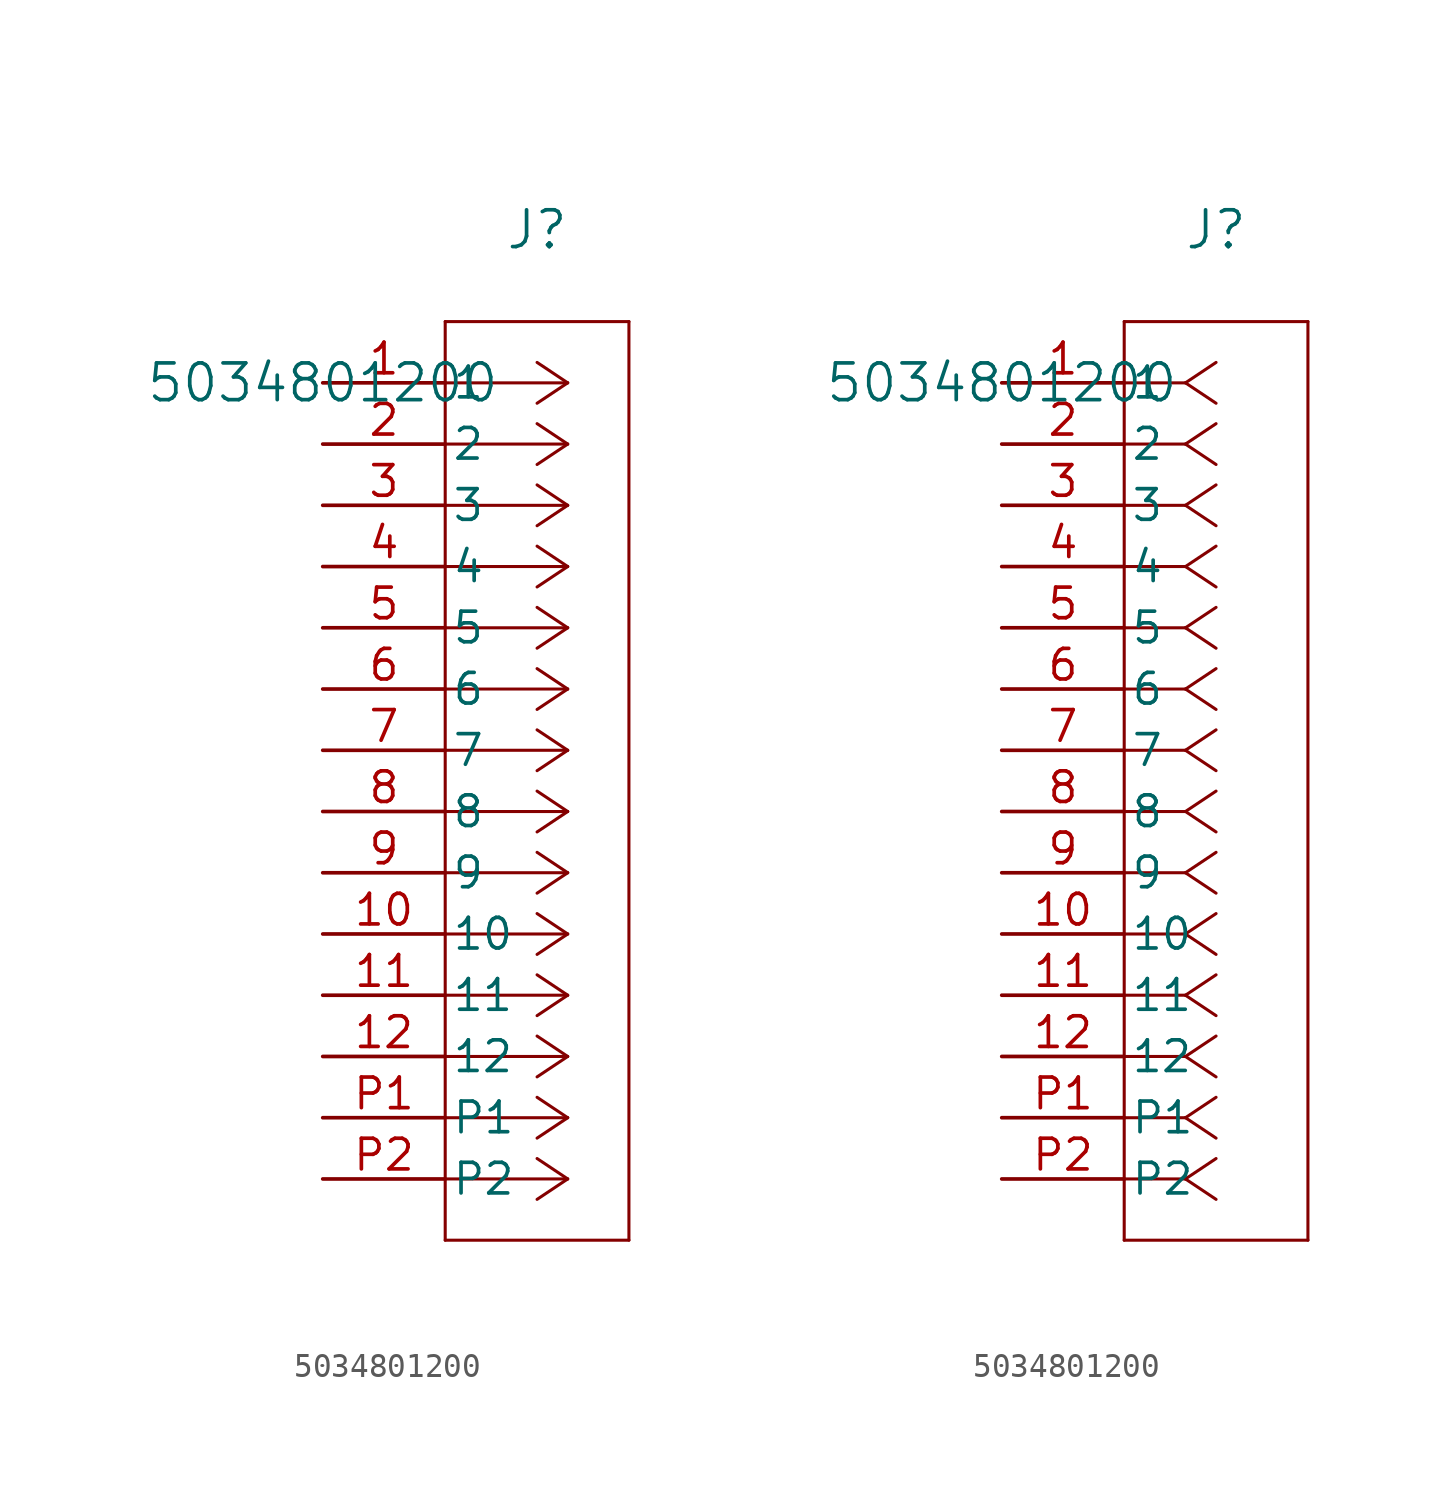
<source format=kicad_sym>
(kicad_symbol_lib
  (version 20211014)
  (generator kicad_symbol_editor)
  (symbol "5034801200"
    (pin_names
      (offset 0.254))
    (property "Reference" "J"
      (at 8.89 6.35 0)
      (effects (font (size 1.524 1.524))))
    (property "Value" "5034801200"
      (at 0 0 0)
      (effects (font (size 1.524 1.524))))
    (symbol "5034801200_1_1"
      (polyline (pts (xy 10.16 0) (xy 5.08 0)) (stroke (width 0.127) (type default) (color 0 0 0 0)) (fill (type none)))
      (polyline (pts (xy 10.16 -2.54) (xy 5.08 -2.54)) (stroke (width 0.127) (type default) (color 0 0 0 0)) (fill (type none)))
      (polyline (pts (xy 10.16 -5.08) (xy 5.08 -5.08)) (stroke (width 0.127) (type default) (color 0 0 0 0)) (fill (type none)))
      (polyline (pts (xy 10.16 -7.62) (xy 5.08 -7.62)) (stroke (width 0.127) (type default) (color 0 0 0 0)) (fill (type none)))
      (polyline (pts (xy 10.16 -10.16) (xy 5.08 -10.16)) (stroke (width 0.127) (type default) (color 0 0 0 0)) (fill (type none)))
      (polyline (pts (xy 10.16 -12.7) (xy 5.08 -12.7)) (stroke (width 0.127) (type default) (color 0 0 0 0)) (fill (type none)))
      (polyline (pts (xy 10.16 -15.24) (xy 5.08 -15.24)) (stroke (width 0.127) (type default) (color 0 0 0 0)) (fill (type none)))
      (polyline (pts (xy 10.16 -17.78) (xy 5.08 -17.78)) (stroke (width 0.127) (type default) (color 0 0 0 0)) (fill (type none)))
      (polyline (pts (xy 10.16 -20.32) (xy 5.08 -20.32)) (stroke (width 0.127) (type default) (color 0 0 0 0)) (fill (type none)))
      (polyline (pts (xy 10.16 -22.86) (xy 5.08 -22.86)) (stroke (width 0.127) (type default) (color 0 0 0 0)) (fill (type none)))
      (polyline (pts (xy 10.16 -25.4) (xy 5.08 -25.4)) (stroke (width 0.127) (type default) (color 0 0 0 0)) (fill (type none)))
      (polyline (pts (xy 10.16 -27.94) (xy 5.08 -27.94)) (stroke (width 0.127) (type default) (color 0 0 0 0)) (fill (type none)))
      (polyline (pts (xy 10.16 -30.48) (xy 5.08 -30.48)) (stroke (width 0.127) (type default) (color 0 0 0 0)) (fill (type none)))
      (polyline (pts (xy 10.16 -33.02) (xy 5.08 -33.02)) (stroke (width 0.127) (type default) (color 0 0 0 0)) (fill (type none)))
      (polyline (pts (xy 10.16 0) (xy 8.89 0.847)) (stroke (width 0.127) (type default) (color 0 0 0 0)) (fill (type none)))
      (polyline (pts (xy 10.16 -2.54) (xy 8.89 -1.693)) (stroke (width 0.127) (type default) (color 0 0 0 0)) (fill (type none)))
      (polyline (pts (xy 10.16 -5.08) (xy 8.89 -4.233)) (stroke (width 0.127) (type default) (color 0 0 0 0)) (fill (type none)))
      (polyline (pts (xy 10.16 -7.62) (xy 8.89 -6.773)) (stroke (width 0.127) (type default) (color 0 0 0 0)) (fill (type none)))
      (polyline (pts (xy 10.16 -10.16) (xy 8.89 -9.313)) (stroke (width 0.127) (type default) (color 0 0 0 0)) (fill (type none)))
      (polyline (pts (xy 10.16 -12.7) (xy 8.89 -11.853)) (stroke (width 0.127) (type default) (color 0 0 0 0)) (fill (type none)))
      (polyline (pts (xy 10.16 -15.24) (xy 8.89 -14.393)) (stroke (width 0.127) (type default) (color 0 0 0 0)) (fill (type none)))
      (polyline (pts (xy 10.16 -17.78) (xy 8.89 -16.933)) (stroke (width 0.127) (type default) (color 0 0 0 0)) (fill (type none)))
      (polyline (pts (xy 10.16 -20.32) (xy 8.89 -19.473)) (stroke (width 0.127) (type default) (color 0 0 0 0)) (fill (type none)))
      (polyline (pts (xy 10.16 -22.86) (xy 8.89 -22.013)) (stroke (width 0.127) (type default) (color 0 0 0 0)) (fill (type none)))
      (polyline (pts (xy 10.16 -25.4) (xy 8.89 -24.553)) (stroke (width 0.127) (type default) (color 0 0 0 0)) (fill (type none)))
      (polyline (pts (xy 10.16 -27.94) (xy 8.89 -27.093)) (stroke (width 0.127) (type default) (color 0 0 0 0)) (fill (type none)))
      (polyline (pts (xy 10.16 -30.48) (xy 8.89 -29.633)) (stroke (width 0.127) (type default) (color 0 0 0 0)) (fill (type none)))
      (polyline (pts (xy 10.16 -33.02) (xy 8.89 -32.173)) (stroke (width 0.127) (type default) (color 0 0 0 0)) (fill (type none)))
      (polyline (pts (xy 10.16 0) (xy 8.89 -0.847)) (stroke (width 0.127) (type default) (color 0 0 0 0)) (fill (type none)))
      (polyline (pts (xy 10.16 -2.54) (xy 8.89 -3.387)) (stroke (width 0.127) (type default) (color 0 0 0 0)) (fill (type none)))
      (polyline (pts (xy 10.16 -5.08) (xy 8.89 -5.927)) (stroke (width 0.127) (type default) (color 0 0 0 0)) (fill (type none)))
      (polyline (pts (xy 10.16 -7.62) (xy 8.89 -8.467)) (stroke (width 0.127) (type default) (color 0 0 0 0)) (fill (type none)))
      (polyline (pts (xy 10.16 -10.16) (xy 8.89 -11.007)) (stroke (width 0.127) (type default) (color 0 0 0 0)) (fill (type none)))
      (polyline (pts (xy 10.16 -12.7) (xy 8.89 -13.547)) (stroke (width 0.127) (type default) (color 0 0 0 0)) (fill (type none)))
      (polyline (pts (xy 10.16 -15.24) (xy 8.89 -16.087)) (stroke (width 0.127) (type default) (color 0 0 0 0)) (fill (type none)))
      (polyline (pts (xy 10.16 -17.78) (xy 8.89 -18.627)) (stroke (width 0.127) (type default) (color 0 0 0 0)) (fill (type none)))
      (polyline (pts (xy 10.16 -20.32) (xy 8.89 -21.167)) (stroke (width 0.127) (type default) (color 0 0 0 0)) (fill (type none)))
      (polyline (pts (xy 10.16 -22.86) (xy 8.89 -23.707)) (stroke (width 0.127) (type default) (color 0 0 0 0)) (fill (type none)))
      (polyline (pts (xy 10.16 -25.4) (xy 8.89 -26.247)) (stroke (width 0.127) (type default) (color 0 0 0 0)) (fill (type none)))
      (polyline (pts (xy 10.16 -27.94) (xy 8.89 -28.787)) (stroke (width 0.127) (type default) (color 0 0 0 0)) (fill (type none)))
      (polyline (pts (xy 10.16 -30.48) (xy 8.89 -31.327)) (stroke (width 0.127) (type default) (color 0 0 0 0)) (fill (type none)))
      (polyline (pts (xy 10.16 -33.02) (xy 8.89 -33.867)) (stroke (width 0.127) (type default) (color 0 0 0 0)) (fill (type none)))
      (polyline (pts (xy 5.08 2.54) (xy 5.08 -35.56)) (stroke (width 0.127) (type default) (color 0 0 0 0)) (fill (type none)))
      (polyline (pts (xy 5.08 -35.56) (xy 12.7 -35.56)) (stroke (width 0.127) (type default) (color 0 0 0 0)) (fill (type none)))
      (polyline (pts (xy 12.7 -35.56) (xy 12.7 2.54)) (stroke (width 0.127) (type default) (color 0 0 0 0)) (fill (type none)))
      (polyline (pts (xy 12.7 2.54) (xy 5.08 2.54)) (stroke (width 0.127) (type default) (color 0 0 0 0)) (fill (type none)))
      (pin unspecified line (at 0 0 0) (length 5.08) (name "1" (effects (font (size 1.27 1.27)))) (number "1" (effects (font (size 1.27 1.27)))))
      (pin unspecified line (at 0 -2.54 0) (length 5.08) (name "2" (effects (font (size 1.27 1.27)))) (number "2" (effects (font (size 1.27 1.27)))))
      (pin unspecified line (at 0 -5.08 0) (length 5.08) (name "3" (effects (font (size 1.27 1.27)))) (number "3" (effects (font (size 1.27 1.27)))))
      (pin unspecified line (at 0 -7.62 0) (length 5.08) (name "4" (effects (font (size 1.27 1.27)))) (number "4" (effects (font (size 1.27 1.27)))))
      (pin unspecified line (at 0 -10.16 0) (length 5.08) (name "5" (effects (font (size 1.27 1.27)))) (number "5" (effects (font (size 1.27 1.27)))))
      (pin unspecified line (at 0 -12.7 0) (length 5.08) (name "6" (effects (font (size 1.27 1.27)))) (number "6" (effects (font (size 1.27 1.27)))))
      (pin unspecified line (at 0 -15.24 0) (length 5.08) (name "7" (effects (font (size 1.27 1.27)))) (number "7" (effects (font (size 1.27 1.27)))))
      (pin unspecified line (at 0 -17.78 0) (length 5.08) (name "8" (effects (font (size 1.27 1.27)))) (number "8" (effects (font (size 1.27 1.27)))))
      (pin unspecified line (at 0 -20.32 0) (length 5.08) (name "9" (effects (font (size 1.27 1.27)))) (number "9" (effects (font (size 1.27 1.27)))))
      (pin unspecified line (at 0 -22.86 0) (length 5.08) (name "10" (effects (font (size 1.27 1.27)))) (number "10" (effects (font (size 1.27 1.27)))))
      (pin unspecified line (at 0 -25.4 0) (length 5.08) (name "11" (effects (font (size 1.27 1.27)))) (number "11" (effects (font (size 1.27 1.27)))))
      (pin unspecified line (at 0 -27.94 0) (length 5.08) (name "12" (effects (font (size 1.27 1.27)))) (number "12" (effects (font (size 1.27 1.27)))))
      (pin unspecified line (at 0 -30.48 0) (length 5.08) (name "P1" (effects (font (size 1.27 1.27)))) (number "P1" (effects (font (size 1.27 1.27)))))
      (pin unspecified line (at 0 -33.02 0) (length 5.08) (name "P2" (effects (font (size 1.27 1.27)))) (number "P2" (effects (font (size 1.27 1.27))))))
    (symbol "5034801200_1_2"
      (polyline (pts (xy 7.62 0) (xy 5.08 0)) (stroke (width 0.127) (type default) (color 0 0 0 0)) (fill (type none)))
      (polyline (pts (xy 7.62 -2.54) (xy 5.08 -2.54)) (stroke (width 0.127) (type default) (color 0 0 0 0)) (fill (type none)))
      (polyline (pts (xy 7.62 -5.08) (xy 5.08 -5.08)) (stroke (width 0.127) (type default) (color 0 0 0 0)) (fill (type none)))
      (polyline (pts (xy 7.62 -7.62) (xy 5.08 -7.62)) (stroke (width 0.127) (type default) (color 0 0 0 0)) (fill (type none)))
      (polyline (pts (xy 7.62 -10.16) (xy 5.08 -10.16)) (stroke (width 0.127) (type default) (color 0 0 0 0)) (fill (type none)))
      (polyline (pts (xy 7.62 -12.7) (xy 5.08 -12.7)) (stroke (width 0.127) (type default) (color 0 0 0 0)) (fill (type none)))
      (polyline (pts (xy 7.62 -15.24) (xy 5.08 -15.24)) (stroke (width 0.127) (type default) (color 0 0 0 0)) (fill (type none)))
      (polyline (pts (xy 7.62 -17.78) (xy 5.08 -17.78)) (stroke (width 0.127) (type default) (color 0 0 0 0)) (fill (type none)))
      (polyline (pts (xy 7.62 -20.32) (xy 5.08 -20.32)) (stroke (width 0.127) (type default) (color 0 0 0 0)) (fill (type none)))
      (polyline (pts (xy 7.62 -22.86) (xy 5.08 -22.86)) (stroke (width 0.127) (type default) (color 0 0 0 0)) (fill (type none)))
      (polyline (pts (xy 7.62 -25.4) (xy 5.08 -25.4)) (stroke (width 0.127) (type default) (color 0 0 0 0)) (fill (type none)))
      (polyline (pts (xy 7.62 -27.94) (xy 5.08 -27.94)) (stroke (width 0.127) (type default) (color 0 0 0 0)) (fill (type none)))
      (polyline (pts (xy 7.62 -30.48) (xy 5.08 -30.48)) (stroke (width 0.127) (type default) (color 0 0 0 0)) (fill (type none)))
      (polyline (pts (xy 7.62 -33.02) (xy 5.08 -33.02)) (stroke (width 0.127) (type default) (color 0 0 0 0)) (fill (type none)))
      (polyline (pts (xy 7.62 0) (xy 8.89 0.847)) (stroke (width 0.127) (type default) (color 0 0 0 0)) (fill (type none)))
      (polyline (pts (xy 7.62 -2.54) (xy 8.89 -1.693)) (stroke (width 0.127) (type default) (color 0 0 0 0)) (fill (type none)))
      (polyline (pts (xy 7.62 -5.08) (xy 8.89 -4.233)) (stroke (width 0.127) (type default) (color 0 0 0 0)) (fill (type none)))
      (polyline (pts (xy 7.62 -7.62) (xy 8.89 -6.773)) (stroke (width 0.127) (type default) (color 0 0 0 0)) (fill (type none)))
      (polyline (pts (xy 7.62 -10.16) (xy 8.89 -9.313)) (stroke (width 0.127) (type default) (color 0 0 0 0)) (fill (type none)))
      (polyline (pts (xy 7.62 -12.7) (xy 8.89 -11.853)) (stroke (width 0.127) (type default) (color 0 0 0 0)) (fill (type none)))
      (polyline (pts (xy 7.62 -15.24) (xy 8.89 -14.393)) (stroke (width 0.127) (type default) (color 0 0 0 0)) (fill (type none)))
      (polyline (pts (xy 7.62 -17.78) (xy 8.89 -16.933)) (stroke (width 0.127) (type default) (color 0 0 0 0)) (fill (type none)))
      (polyline (pts (xy 7.62 -20.32) (xy 8.89 -19.473)) (stroke (width 0.127) (type default) (color 0 0 0 0)) (fill (type none)))
      (polyline (pts (xy 7.62 -22.86) (xy 8.89 -22.013)) (stroke (width 0.127) (type default) (color 0 0 0 0)) (fill (type none)))
      (polyline (pts (xy 7.62 -25.4) (xy 8.89 -24.553)) (stroke (width 0.127) (type default) (color 0 0 0 0)) (fill (type none)))
      (polyline (pts (xy 7.62 -27.94) (xy 8.89 -27.093)) (stroke (width 0.127) (type default) (color 0 0 0 0)) (fill (type none)))
      (polyline (pts (xy 7.62 -30.48) (xy 8.89 -29.633)) (stroke (width 0.127) (type default) (color 0 0 0 0)) (fill (type none)))
      (polyline (pts (xy 7.62 -33.02) (xy 8.89 -32.173)) (stroke (width 0.127) (type default) (color 0 0 0 0)) (fill (type none)))
      (polyline (pts (xy 7.62 0) (xy 8.89 -0.847)) (stroke (width 0.127) (type default) (color 0 0 0 0)) (fill (type none)))
      (polyline (pts (xy 7.62 -2.54) (xy 8.89 -3.387)) (stroke (width 0.127) (type default) (color 0 0 0 0)) (fill (type none)))
      (polyline (pts (xy 7.62 -5.08) (xy 8.89 -5.927)) (stroke (width 0.127) (type default) (color 0 0 0 0)) (fill (type none)))
      (polyline (pts (xy 7.62 -7.62) (xy 8.89 -8.467)) (stroke (width 0.127) (type default) (color 0 0 0 0)) (fill (type none)))
      (polyline (pts (xy 7.62 -10.16) (xy 8.89 -11.007)) (stroke (width 0.127) (type default) (color 0 0 0 0)) (fill (type none)))
      (polyline (pts (xy 7.62 -12.7) (xy 8.89 -13.547)) (stroke (width 0.127) (type default) (color 0 0 0 0)) (fill (type none)))
      (polyline (pts (xy 7.62 -15.24) (xy 8.89 -16.087)) (stroke (width 0.127) (type default) (color 0 0 0 0)) (fill (type none)))
      (polyline (pts (xy 7.62 -17.78) (xy 8.89 -18.627)) (stroke (width 0.127) (type default) (color 0 0 0 0)) (fill (type none)))
      (polyline (pts (xy 7.62 -20.32) (xy 8.89 -21.167)) (stroke (width 0.127) (type default) (color 0 0 0 0)) (fill (type none)))
      (polyline (pts (xy 7.62 -22.86) (xy 8.89 -23.707)) (stroke (width 0.127) (type default) (color 0 0 0 0)) (fill (type none)))
      (polyline (pts (xy 7.62 -25.4) (xy 8.89 -26.247)) (stroke (width 0.127) (type default) (color 0 0 0 0)) (fill (type none)))
      (polyline (pts (xy 7.62 -27.94) (xy 8.89 -28.787)) (stroke (width 0.127) (type default) (color 0 0 0 0)) (fill (type none)))
      (polyline (pts (xy 7.62 -30.48) (xy 8.89 -31.327)) (stroke (width 0.127) (type default) (color 0 0 0 0)) (fill (type none)))
      (polyline (pts (xy 7.62 -33.02) (xy 8.89 -33.867)) (stroke (width 0.127) (type default) (color 0 0 0 0)) (fill (type none)))
      (polyline (pts (xy 5.08 2.54) (xy 5.08 -35.56)) (stroke (width 0.127) (type default) (color 0 0 0 0)) (fill (type none)))
      (polyline (pts (xy 5.08 -35.56) (xy 12.7 -35.56)) (stroke (width 0.127) (type default) (color 0 0 0 0)) (fill (type none)))
      (polyline (pts (xy 12.7 -35.56) (xy 12.7 2.54)) (stroke (width 0.127) (type default) (color 0 0 0 0)) (fill (type none)))
      (polyline (pts (xy 12.7 2.54) (xy 5.08 2.54)) (stroke (width 0.127) (type default) (color 0 0 0 0)) (fill (type none)))
      (pin unspecified line (at 0 0 0) (length 5.08) (name "1" (effects (font (size 1.27 1.27)))) (number "1" (effects (font (size 1.27 1.27)))))
      (pin unspecified line (at 0 -2.54 0) (length 5.08) (name "2" (effects (font (size 1.27 1.27)))) (number "2" (effects (font (size 1.27 1.27)))))
      (pin unspecified line (at 0 -5.08 0) (length 5.08) (name "3" (effects (font (size 1.27 1.27)))) (number "3" (effects (font (size 1.27 1.27)))))
      (pin unspecified line (at 0 -7.62 0) (length 5.08) (name "4" (effects (font (size 1.27 1.27)))) (number "4" (effects (font (size 1.27 1.27)))))
      (pin unspecified line (at 0 -10.16 0) (length 5.08) (name "5" (effects (font (size 1.27 1.27)))) (number "5" (effects (font (size 1.27 1.27)))))
      (pin unspecified line (at 0 -12.7 0) (length 5.08) (name "6" (effects (font (size 1.27 1.27)))) (number "6" (effects (font (size 1.27 1.27)))))
      (pin unspecified line (at 0 -15.24 0) (length 5.08) (name "7" (effects (font (size 1.27 1.27)))) (number "7" (effects (font (size 1.27 1.27)))))
      (pin unspecified line (at 0 -17.78 0) (length 5.08) (name "8" (effects (font (size 1.27 1.27)))) (number "8" (effects (font (size 1.27 1.27)))))
      (pin unspecified line (at 0 -20.32 0) (length 5.08) (name "9" (effects (font (size 1.27 1.27)))) (number "9" (effects (font (size 1.27 1.27)))))
      (pin unspecified line (at 0 -22.86 0) (length 5.08) (name "10" (effects (font (size 1.27 1.27)))) (number "10" (effects (font (size 1.27 1.27)))))
      (pin unspecified line (at 0 -25.4 0) (length 5.08) (name "11" (effects (font (size 1.27 1.27)))) (number "11" (effects (font (size 1.27 1.27)))))
      (pin unspecified line (at 0 -27.94 0) (length 5.08) (name "12" (effects (font (size 1.27 1.27)))) (number "12" (effects (font (size 1.27 1.27)))))
      (pin unspecified line (at 0 -30.48 0) (length 5.08) (name "P1" (effects (font (size 1.27 1.27)))) (number "P1" (effects (font (size 1.27 1.27)))))
      (pin unspecified line (at 0 -33.02 0) (length 5.08) (name "P2" (effects (font (size 1.27 1.27)))) (number "P2" (effects (font (size 1.27 1.27))))))))
</source>
